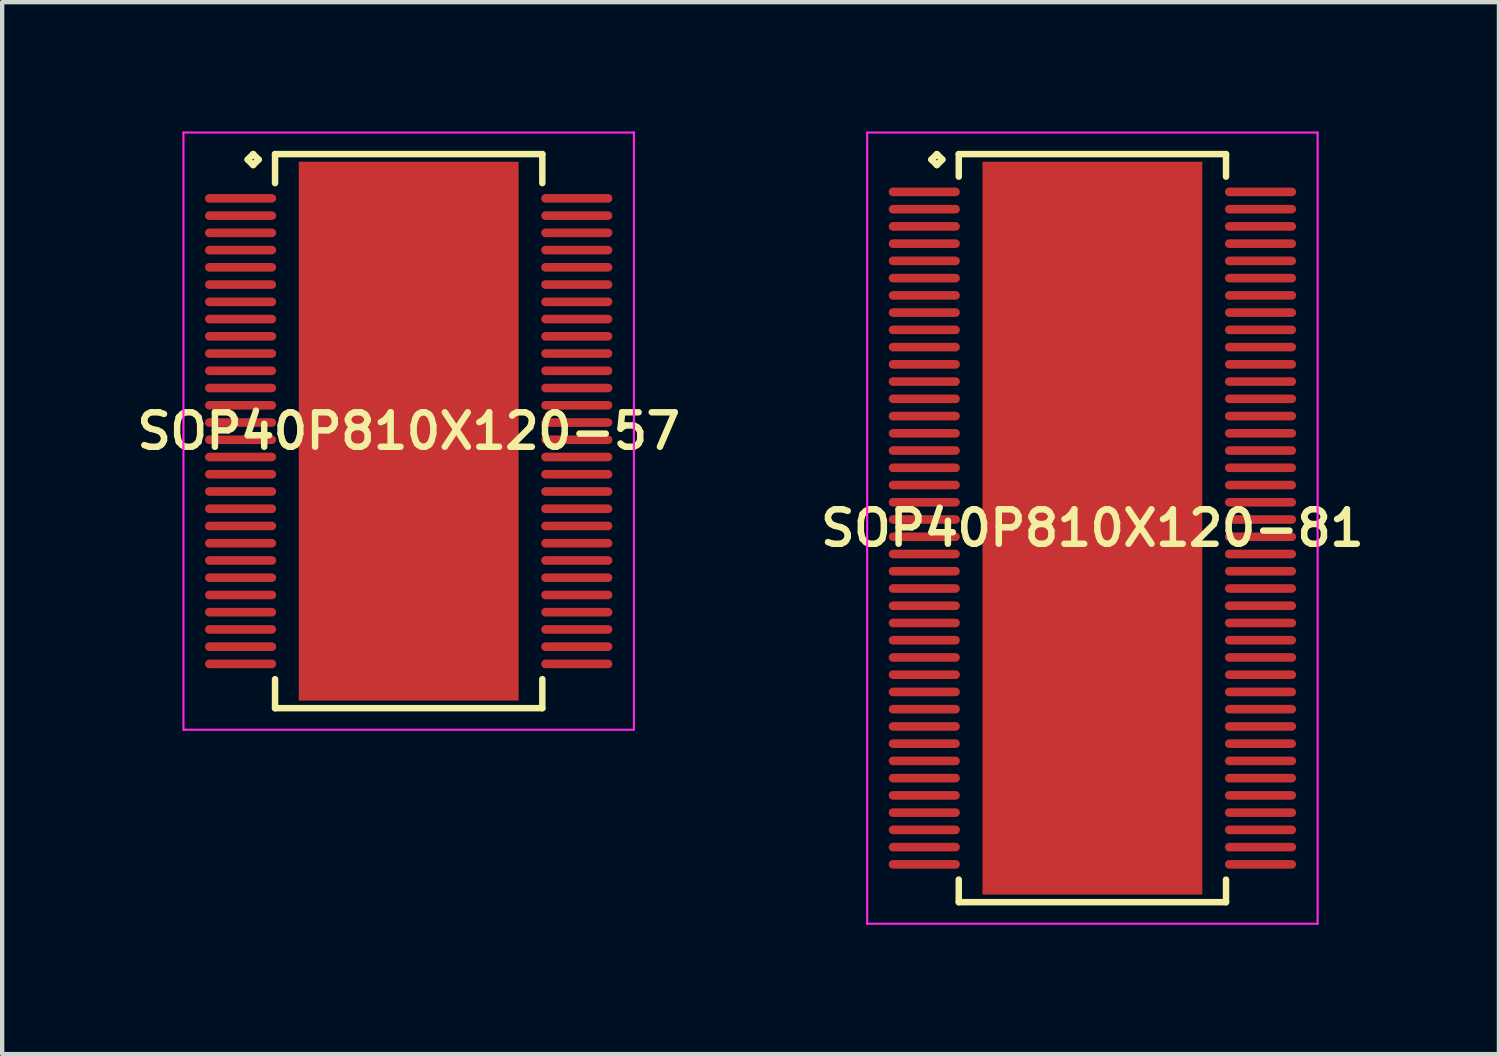
<source format=kicad_pcb>
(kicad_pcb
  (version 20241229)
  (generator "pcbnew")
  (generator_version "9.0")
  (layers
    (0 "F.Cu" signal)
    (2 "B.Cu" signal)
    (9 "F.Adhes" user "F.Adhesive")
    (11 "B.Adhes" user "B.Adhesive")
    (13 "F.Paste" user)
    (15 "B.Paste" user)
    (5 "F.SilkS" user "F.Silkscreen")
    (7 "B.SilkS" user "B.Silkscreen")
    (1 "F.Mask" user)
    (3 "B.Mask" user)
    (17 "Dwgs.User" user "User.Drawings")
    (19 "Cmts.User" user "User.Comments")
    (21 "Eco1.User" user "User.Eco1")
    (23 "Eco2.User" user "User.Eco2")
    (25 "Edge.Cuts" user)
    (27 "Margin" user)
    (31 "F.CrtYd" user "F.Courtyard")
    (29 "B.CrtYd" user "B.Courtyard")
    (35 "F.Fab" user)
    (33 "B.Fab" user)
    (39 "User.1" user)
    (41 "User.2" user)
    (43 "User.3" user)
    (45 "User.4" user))
  (footprint "SOP40P810X120-81"
    (layer "F.Cu")
    (at 22.292 9.202)
    (property "Reference" "SOP40P810X120-81" (at 0 0 0) (layer "F.SilkS") (effects (font (size 0.8 0.8) (thickness 0.15))))
    (attr smd)
    (fp_line (start -3.735 -8.55) (end -3.608 -8.677) (stroke (width 0.15) (type solid)) (layer "F.SilkS"))
    (fp_line (start -3.608 -8.677) (end -3.481 -8.55) (stroke (width 0.15) (type solid)) (layer "F.SilkS"))
    (fp_line (start -3.608 -8.423) (end -3.735 -8.55) (stroke (width 0.15) (type solid)) (layer "F.SilkS"))
    (fp_line (start -3.481 -8.55) (end -3.608 -8.423) (stroke (width 0.15) (type solid)) (layer "F.SilkS"))
    (fp_line (start -3.1 -8.677) (end 3.1 -8.677) (stroke (width 0.15) (type solid)) (layer "F.SilkS"))
    (fp_line (start -3.1 -8.154) (end -3.1 -8.677) (stroke (width 0.15) (type solid)) (layer "F.SilkS"))
    (fp_line (start -3.1 8.154) (end -3.1 8.677) (stroke (width 0.15) (type solid)) (layer "F.SilkS"))
    (fp_line (start -3.1 8.677) (end 3.1 8.677) (stroke (width 0.15) (type solid)) (layer "F.SilkS"))
    (fp_line (start 3.1 -8.677) (end 3.1 -8.154) (stroke (width 0.15) (type solid)) (layer "F.SilkS"))
    (fp_line (start 3.1 8.677) (end 3.1 8.154) (stroke (width 0.15) (type solid)) (layer "F.SilkS"))
    (fp_line (start -5.225 -9.177) (end 5.225 -9.177) (stroke (width 0.05) (type solid)) (layer "F.CrtYd"))
    (fp_line (start -5.225 9.177) (end -5.225 -9.177) (stroke (width 0.05) (type solid)) (layer "F.CrtYd"))
    (fp_line (start 5.225 -9.177) (end 5.225 9.177) (stroke (width 0.05) (type solid)) (layer "F.CrtYd"))
    (fp_line (start 5.225 9.177) (end -5.225 9.177) (stroke (width 0.05) (type solid)) (layer "F.CrtYd"))
    (pad "1" smd oval (at -3.9 -7.8) (size 1.65 0.2) (layers "F.Cu" "F.Mask" "F.Paste"))
    (pad "2" smd oval (at -3.9 -7.4) (size 1.65 0.2) (layers "F.Cu" "F.Mask" "F.Paste"))
    (pad "3" smd oval (at -3.9 -7) (size 1.65 0.2) (layers "F.Cu" "F.Mask" "F.Paste"))
    (pad "4" smd oval (at -3.9 -6.6) (size 1.65 0.2) (layers "F.Cu" "F.Mask" "F.Paste"))
    (pad "5" smd oval (at -3.9 -6.2) (size 1.65 0.2) (layers "F.Cu" "F.Mask" "F.Paste"))
    (pad "6" smd oval (at -3.9 -5.8) (size 1.65 0.2) (layers "F.Cu" "F.Mask" "F.Paste"))
    (pad "7" smd oval (at -3.9 -5.4) (size 1.65 0.2) (layers "F.Cu" "F.Mask" "F.Paste"))
    (pad "8" smd oval (at -3.9 -5) (size 1.65 0.2) (layers "F.Cu" "F.Mask" "F.Paste"))
    (pad "9" smd oval (at -3.9 -4.6) (size 1.65 0.2) (layers "F.Cu" "F.Mask" "F.Paste"))
    (pad "10" smd oval (at -3.9 -4.2) (size 1.65 0.2) (layers "F.Cu" "F.Mask" "F.Paste"))
    (pad "11" smd oval (at -3.9 -3.8) (size 1.65 0.2) (layers "F.Cu" "F.Mask" "F.Paste"))
    (pad "12" smd oval (at -3.9 -3.4) (size 1.65 0.2) (layers "F.Cu" "F.Mask" "F.Paste"))
    (pad "13" smd oval (at -3.9 -3) (size 1.65 0.2) (layers "F.Cu" "F.Mask" "F.Paste"))
    (pad "14" smd oval (at -3.9 -2.6) (size 1.65 0.2) (layers "F.Cu" "F.Mask" "F.Paste"))
    (pad "15" smd oval (at -3.9 -2.2) (size 1.65 0.2) (layers "F.Cu" "F.Mask" "F.Paste"))
    (pad "16" smd oval (at -3.9 -1.8) (size 1.65 0.2) (layers "F.Cu" "F.Mask" "F.Paste"))
    (pad "17" smd oval (at -3.9 -1.4) (size 1.65 0.2) (layers "F.Cu" "F.Mask" "F.Paste"))
    (pad "18" smd oval (at -3.9 -1) (size 1.65 0.2) (layers "F.Cu" "F.Mask" "F.Paste"))
    (pad "19" smd oval (at -3.9 -0.6) (size 1.65 0.2) (layers "F.Cu" "F.Mask" "F.Paste"))
    (pad "20" smd oval (at -3.9 -0.2) (size 1.65 0.2) (layers "F.Cu" "F.Mask" "F.Paste"))
    (pad "21" smd oval (at -3.9 0.2) (size 1.65 0.2) (layers "F.Cu" "F.Mask" "F.Paste"))
    (pad "22" smd oval (at -3.9 0.6) (size 1.65 0.2) (layers "F.Cu" "F.Mask" "F.Paste"))
    (pad "23" smd oval (at -3.9 1) (size 1.65 0.2) (layers "F.Cu" "F.Mask" "F.Paste"))
    (pad "24" smd oval (at -3.9 1.4) (size 1.65 0.2) (layers "F.Cu" "F.Mask" "F.Paste"))
    (pad "25" smd oval (at -3.9 1.8) (size 1.65 0.2) (layers "F.Cu" "F.Mask" "F.Paste"))
    (pad "26" smd oval (at -3.9 2.2) (size 1.65 0.2) (layers "F.Cu" "F.Mask" "F.Paste"))
    (pad "27" smd oval (at -3.9 2.6) (size 1.65 0.2) (layers "F.Cu" "F.Mask" "F.Paste"))
    (pad "28" smd oval (at -3.9 3) (size 1.65 0.2) (layers "F.Cu" "F.Mask" "F.Paste"))
    (pad "29" smd oval (at -3.9 3.4) (size 1.65 0.2) (layers "F.Cu" "F.Mask" "F.Paste"))
    (pad "30" smd oval (at -3.9 3.8) (size 1.65 0.2) (layers "F.Cu" "F.Mask" "F.Paste"))
    (pad "31" smd oval (at -3.9 4.2) (size 1.65 0.2) (layers "F.Cu" "F.Mask" "F.Paste"))
    (pad "32" smd oval (at -3.9 4.6) (size 1.65 0.2) (layers "F.Cu" "F.Mask" "F.Paste"))
    (pad "33" smd oval (at -3.9 5) (size 1.65 0.2) (layers "F.Cu" "F.Mask" "F.Paste"))
    (pad "34" smd oval (at -3.9 5.4) (size 1.65 0.2) (layers "F.Cu" "F.Mask" "F.Paste"))
    (pad "35" smd oval (at -3.9 5.8) (size 1.65 0.2) (layers "F.Cu" "F.Mask" "F.Paste"))
    (pad "36" smd oval (at -3.9 6.2) (size 1.65 0.2) (layers "F.Cu" "F.Mask" "F.Paste"))
    (pad "37" smd oval (at -3.9 6.6) (size 1.65 0.2) (layers "F.Cu" "F.Mask" "F.Paste"))
    (pad "38" smd oval (at -3.9 7) (size 1.65 0.2) (layers "F.Cu" "F.Mask" "F.Paste"))
    (pad "39" smd oval (at -3.9 7.4) (size 1.65 0.2) (layers "F.Cu" "F.Mask" "F.Paste"))
    (pad "40" smd oval (at -3.9 7.8) (size 1.65 0.2) (layers "F.Cu" "F.Mask" "F.Paste"))
    (pad "41" smd oval (at 3.9 7.8) (size 1.65 0.2) (layers "F.Cu" "F.Mask" "F.Paste"))
    (pad "42" smd oval (at 3.9 7.4) (size 1.65 0.2) (layers "F.Cu" "F.Mask" "F.Paste"))
    (pad "43" smd oval (at 3.9 7) (size 1.65 0.2) (layers "F.Cu" "F.Mask" "F.Paste"))
    (pad "44" smd oval (at 3.9 6.6) (size 1.65 0.2) (layers "F.Cu" "F.Mask" "F.Paste"))
    (pad "45" smd oval (at 3.9 6.2) (size 1.65 0.2) (layers "F.Cu" "F.Mask" "F.Paste"))
    (pad "46" smd oval (at 3.9 5.8) (size 1.65 0.2) (layers "F.Cu" "F.Mask" "F.Paste"))
    (pad "47" smd oval (at 3.9 5.4) (size 1.65 0.2) (layers "F.Cu" "F.Mask" "F.Paste"))
    (pad "48" smd oval (at 3.9 5) (size 1.65 0.2) (layers "F.Cu" "F.Mask" "F.Paste"))
    (pad "49" smd oval (at 3.9 4.6) (size 1.65 0.2) (layers "F.Cu" "F.Mask" "F.Paste"))
    (pad "50" smd oval (at 3.9 4.2) (size 1.65 0.2) (layers "F.Cu" "F.Mask" "F.Paste"))
    (pad "51" smd oval (at 3.9 3.8) (size 1.65 0.2) (layers "F.Cu" "F.Mask" "F.Paste"))
    (pad "52" smd oval (at 3.9 3.4) (size 1.65 0.2) (layers "F.Cu" "F.Mask" "F.Paste"))
    (pad "53" smd oval (at 3.9 3) (size 1.65 0.2) (layers "F.Cu" "F.Mask" "F.Paste"))
    (pad "54" smd oval (at 3.9 2.6) (size 1.65 0.2) (layers "F.Cu" "F.Mask" "F.Paste"))
    (pad "55" smd oval (at 3.9 2.2) (size 1.65 0.2) (layers "F.Cu" "F.Mask" "F.Paste"))
    (pad "56" smd oval (at 3.9 1.8) (size 1.65 0.2) (layers "F.Cu" "F.Mask" "F.Paste"))
    (pad "57" smd oval (at 3.9 1.4) (size 1.65 0.2) (layers "F.Cu" "F.Mask" "F.Paste"))
    (pad "58" smd oval (at 3.9 1) (size 1.65 0.2) (layers "F.Cu" "F.Mask" "F.Paste"))
    (pad "59" smd oval (at 3.9 0.6) (size 1.65 0.2) (layers "F.Cu" "F.Mask" "F.Paste"))
    (pad "60" smd oval (at 3.9 0.2) (size 1.65 0.2) (layers "F.Cu" "F.Mask" "F.Paste"))
    (pad "61" smd oval (at 3.9 -0.2) (size 1.65 0.2) (layers "F.Cu" "F.Mask" "F.Paste"))
    (pad "62" smd oval (at 3.9 -0.6) (size 1.65 0.2) (layers "F.Cu" "F.Mask" "F.Paste"))
    (pad "63" smd oval (at 3.9 -1) (size 1.65 0.2) (layers "F.Cu" "F.Mask" "F.Paste"))
    (pad "64" smd oval (at 3.9 -1.4) (size 1.65 0.2) (layers "F.Cu" "F.Mask" "F.Paste"))
    (pad "65" smd oval (at 3.9 -1.8) (size 1.65 0.2) (layers "F.Cu" "F.Mask" "F.Paste"))
    (pad "66" smd oval (at 3.9 -2.2) (size 1.65 0.2) (layers "F.Cu" "F.Mask" "F.Paste"))
    (pad "67" smd oval (at 3.9 -2.6) (size 1.65 0.2) (layers "F.Cu" "F.Mask" "F.Paste"))
    (pad "68" smd oval (at 3.9 -3) (size 1.65 0.2) (layers "F.Cu" "F.Mask" "F.Paste"))
    (pad "69" smd oval (at 3.9 -3.4) (size 1.65 0.2) (layers "F.Cu" "F.Mask" "F.Paste"))
    (pad "70" smd oval (at 3.9 -3.8) (size 1.65 0.2) (layers "F.Cu" "F.Mask" "F.Paste"))
    (pad "71" smd oval (at 3.9 -4.2) (size 1.65 0.2) (layers "F.Cu" "F.Mask" "F.Paste"))
    (pad "72" smd oval (at 3.9 -4.6) (size 1.65 0.2) (layers "F.Cu" "F.Mask" "F.Paste"))
    (pad "73" smd oval (at 3.9 -5) (size 1.65 0.2) (layers "F.Cu" "F.Mask" "F.Paste"))
    (pad "74" smd oval (at 3.9 -5.4) (size 1.65 0.2) (layers "F.Cu" "F.Mask" "F.Paste"))
    (pad "75" smd oval (at 3.9 -5.8) (size 1.65 0.2) (layers "F.Cu" "F.Mask" "F.Paste"))
    (pad "76" smd oval (at 3.9 -6.2) (size 1.65 0.2) (layers "F.Cu" "F.Mask" "F.Paste"))
    (pad "77" smd oval (at 3.9 -6.6) (size 1.65 0.2) (layers "F.Cu" "F.Mask" "F.Paste"))
    (pad "78" smd oval (at 3.9 -7) (size 1.65 0.2) (layers "F.Cu" "F.Mask" "F.Paste"))
    (pad "79" smd oval (at 3.9 -7.4) (size 1.65 0.2) (layers "F.Cu" "F.Mask" "F.Paste"))
    (pad "80" smd oval (at 3.9 -7.8) (size 1.65 0.2) (layers "F.Cu" "F.Mask" "F.Paste"))
    (pad "81" smd rect (at 0 0) (size 5.1 17) (layers "F.Cu" "F.Mask" "F.Paste")))
  (footprint "SOP40P810X120-57"
    (layer "F.Cu")
    (at 6.431 6.952)
    (property "Reference" "SOP40P810X120-57" (at 0 0 0) (layer "F.SilkS") (effects (font (size 0.8 0.8) (thickness 0.15))))
    (attr smd)
    (fp_line (start -3.735 -6.3) (end -3.608 -6.427) (stroke (width 0.15) (type solid)) (layer "F.SilkS"))
    (fp_line (start -3.608 -6.427) (end -3.481 -6.3) (stroke (width 0.15) (type solid)) (layer "F.SilkS"))
    (fp_line (start -3.608 -6.173) (end -3.735 -6.3) (stroke (width 0.15) (type solid)) (layer "F.SilkS"))
    (fp_line (start -3.481 -6.3) (end -3.608 -6.173) (stroke (width 0.15) (type solid)) (layer "F.SilkS"))
    (fp_line (start -3.1 -6.427) (end 3.1 -6.427) (stroke (width 0.15) (type solid)) (layer "F.SilkS"))
    (fp_line (start -3.1 -5.754) (end -3.1 -6.427) (stroke (width 0.15) (type solid)) (layer "F.SilkS"))
    (fp_line (start -3.1 5.754) (end -3.1 6.427) (stroke (width 0.15) (type solid)) (layer "F.SilkS"))
    (fp_line (start -3.1 6.427) (end 3.1 6.427) (stroke (width 0.15) (type solid)) (layer "F.SilkS"))
    (fp_line (start 3.1 -6.427) (end 3.1 -5.754) (stroke (width 0.15) (type solid)) (layer "F.SilkS"))
    (fp_line (start 3.1 6.427) (end 3.1 5.754) (stroke (width 0.15) (type solid)) (layer "F.SilkS"))
    (fp_line (start -5.225 -6.927) (end 5.225 -6.927) (stroke (width 0.05) (type solid)) (layer "F.CrtYd"))
    (fp_line (start -5.225 6.927) (end -5.225 -6.927) (stroke (width 0.05) (type solid)) (layer "F.CrtYd"))
    (fp_line (start 5.225 -6.927) (end 5.225 6.927) (stroke (width 0.05) (type solid)) (layer "F.CrtYd"))
    (fp_line (start 5.225 6.927) (end -5.225 6.927) (stroke (width 0.05) (type solid)) (layer "F.CrtYd"))
    (pad "1" smd oval (at -3.9 -5.4) (size 1.65 0.2) (layers "F.Cu" "F.Mask" "F.Paste"))
    (pad "2" smd oval (at -3.9 -5) (size 1.65 0.2) (layers "F.Cu" "F.Mask" "F.Paste"))
    (pad "3" smd oval (at -3.9 -4.6) (size 1.65 0.2) (layers "F.Cu" "F.Mask" "F.Paste"))
    (pad "4" smd oval (at -3.9 -4.2) (size 1.65 0.2) (layers "F.Cu" "F.Mask" "F.Paste"))
    (pad "5" smd oval (at -3.9 -3.8) (size 1.65 0.2) (layers "F.Cu" "F.Mask" "F.Paste"))
    (pad "6" smd oval (at -3.9 -3.4) (size 1.65 0.2) (layers "F.Cu" "F.Mask" "F.Paste"))
    (pad "7" smd oval (at -3.9 -3) (size 1.65 0.2) (layers "F.Cu" "F.Mask" "F.Paste"))
    (pad "8" smd oval (at -3.9 -2.6) (size 1.65 0.2) (layers "F.Cu" "F.Mask" "F.Paste"))
    (pad "9" smd oval (at -3.9 -2.2) (size 1.65 0.2) (layers "F.Cu" "F.Mask" "F.Paste"))
    (pad "10" smd oval (at -3.9 -1.8) (size 1.65 0.2) (layers "F.Cu" "F.Mask" "F.Paste"))
    (pad "11" smd oval (at -3.9 -1.4) (size 1.65 0.2) (layers "F.Cu" "F.Mask" "F.Paste"))
    (pad "12" smd oval (at -3.9 -1) (size 1.65 0.2) (layers "F.Cu" "F.Mask" "F.Paste"))
    (pad "13" smd oval (at -3.9 -0.6) (size 1.65 0.2) (layers "F.Cu" "F.Mask" "F.Paste"))
    (pad "14" smd oval (at -3.9 -0.2) (size 1.65 0.2) (layers "F.Cu" "F.Mask" "F.Paste"))
    (pad "15" smd oval (at -3.9 0.2) (size 1.65 0.2) (layers "F.Cu" "F.Mask" "F.Paste"))
    (pad "16" smd oval (at -3.9 0.6) (size 1.65 0.2) (layers "F.Cu" "F.Mask" "F.Paste"))
    (pad "17" smd oval (at -3.9 1) (size 1.65 0.2) (layers "F.Cu" "F.Mask" "F.Paste"))
    (pad "18" smd oval (at -3.9 1.4) (size 1.65 0.2) (layers "F.Cu" "F.Mask" "F.Paste"))
    (pad "19" smd oval (at -3.9 1.8) (size 1.65 0.2) (layers "F.Cu" "F.Mask" "F.Paste"))
    (pad "20" smd oval (at -3.9 2.2) (size 1.65 0.2) (layers "F.Cu" "F.Mask" "F.Paste"))
    (pad "21" smd oval (at -3.9 2.6) (size 1.65 0.2) (layers "F.Cu" "F.Mask" "F.Paste"))
    (pad "22" smd oval (at -3.9 3) (size 1.65 0.2) (layers "F.Cu" "F.Mask" "F.Paste"))
    (pad "23" smd oval (at -3.9 3.4) (size 1.65 0.2) (layers "F.Cu" "F.Mask" "F.Paste"))
    (pad "24" smd oval (at -3.9 3.8) (size 1.65 0.2) (layers "F.Cu" "F.Mask" "F.Paste"))
    (pad "25" smd oval (at -3.9 4.2) (size 1.65 0.2) (layers "F.Cu" "F.Mask" "F.Paste"))
    (pad "26" smd oval (at -3.9 4.6) (size 1.65 0.2) (layers "F.Cu" "F.Mask" "F.Paste"))
    (pad "27" smd oval (at -3.9 5) (size 1.65 0.2) (layers "F.Cu" "F.Mask" "F.Paste"))
    (pad "28" smd oval (at -3.9 5.4) (size 1.65 0.2) (layers "F.Cu" "F.Mask" "F.Paste"))
    (pad "29" smd oval (at 3.9 5.4) (size 1.65 0.2) (layers "F.Cu" "F.Mask" "F.Paste"))
    (pad "30" smd oval (at 3.9 5) (size 1.65 0.2) (layers "F.Cu" "F.Mask" "F.Paste"))
    (pad "31" smd oval (at 3.9 4.6) (size 1.65 0.2) (layers "F.Cu" "F.Mask" "F.Paste"))
    (pad "32" smd oval (at 3.9 4.2) (size 1.65 0.2) (layers "F.Cu" "F.Mask" "F.Paste"))
    (pad "33" smd oval (at 3.9 3.8) (size 1.65 0.2) (layers "F.Cu" "F.Mask" "F.Paste"))
    (pad "34" smd oval (at 3.9 3.4) (size 1.65 0.2) (layers "F.Cu" "F.Mask" "F.Paste"))
    (pad "35" smd oval (at 3.9 3) (size 1.65 0.2) (layers "F.Cu" "F.Mask" "F.Paste"))
    (pad "36" smd oval (at 3.9 2.6) (size 1.65 0.2) (layers "F.Cu" "F.Mask" "F.Paste"))
    (pad "37" smd oval (at 3.9 2.2) (size 1.65 0.2) (layers "F.Cu" "F.Mask" "F.Paste"))
    (pad "38" smd oval (at 3.9 1.8) (size 1.65 0.2) (layers "F.Cu" "F.Mask" "F.Paste"))
    (pad "39" smd oval (at 3.9 1.4) (size 1.65 0.2) (layers "F.Cu" "F.Mask" "F.Paste"))
    (pad "40" smd oval (at 3.9 1) (size 1.65 0.2) (layers "F.Cu" "F.Mask" "F.Paste"))
    (pad "41" smd oval (at 3.9 0.6) (size 1.65 0.2) (layers "F.Cu" "F.Mask" "F.Paste"))
    (pad "42" smd oval (at 3.9 0.2) (size 1.65 0.2) (layers "F.Cu" "F.Mask" "F.Paste"))
    (pad "43" smd oval (at 3.9 -0.2) (size 1.65 0.2) (layers "F.Cu" "F.Mask" "F.Paste"))
    (pad "44" smd oval (at 3.9 -0.6) (size 1.65 0.2) (layers "F.Cu" "F.Mask" "F.Paste"))
    (pad "45" smd oval (at 3.9 -1) (size 1.65 0.2) (layers "F.Cu" "F.Mask" "F.Paste"))
    (pad "46" smd oval (at 3.9 -1.4) (size 1.65 0.2) (layers "F.Cu" "F.Mask" "F.Paste"))
    (pad "47" smd oval (at 3.9 -1.8) (size 1.65 0.2) (layers "F.Cu" "F.Mask" "F.Paste"))
    (pad "48" smd oval (at 3.9 -2.2) (size 1.65 0.2) (layers "F.Cu" "F.Mask" "F.Paste"))
    (pad "49" smd oval (at 3.9 -2.6) (size 1.65 0.2) (layers "F.Cu" "F.Mask" "F.Paste"))
    (pad "50" smd oval (at 3.9 -3) (size 1.65 0.2) (layers "F.Cu" "F.Mask" "F.Paste"))
    (pad "51" smd oval (at 3.9 -3.4) (size 1.65 0.2) (layers "F.Cu" "F.Mask" "F.Paste"))
    (pad "52" smd oval (at 3.9 -3.8) (size 1.65 0.2) (layers "F.Cu" "F.Mask" "F.Paste"))
    (pad "53" smd oval (at 3.9 -4.2) (size 1.65 0.2) (layers "F.Cu" "F.Mask" "F.Paste"))
    (pad "54" smd oval (at 3.9 -4.6) (size 1.65 0.2) (layers "F.Cu" "F.Mask" "F.Paste"))
    (pad "55" smd oval (at 3.9 -5) (size 1.65 0.2) (layers "F.Cu" "F.Mask" "F.Paste"))
    (pad "56" smd oval (at 3.9 -5.4) (size 1.65 0.2) (layers "F.Cu" "F.Mask" "F.Paste"))
    (pad "57" smd rect (at 0 0) (size 5.1 12.5) (layers "F.Cu" "F.Mask" "F.Paste")))
  (gr_rect
    (start -3 -3)
    (end 31.723 21.404)
    (stroke (width 0.1) (type default))
    (fill no)
    (layer "Edge.Cuts")))
</source>
